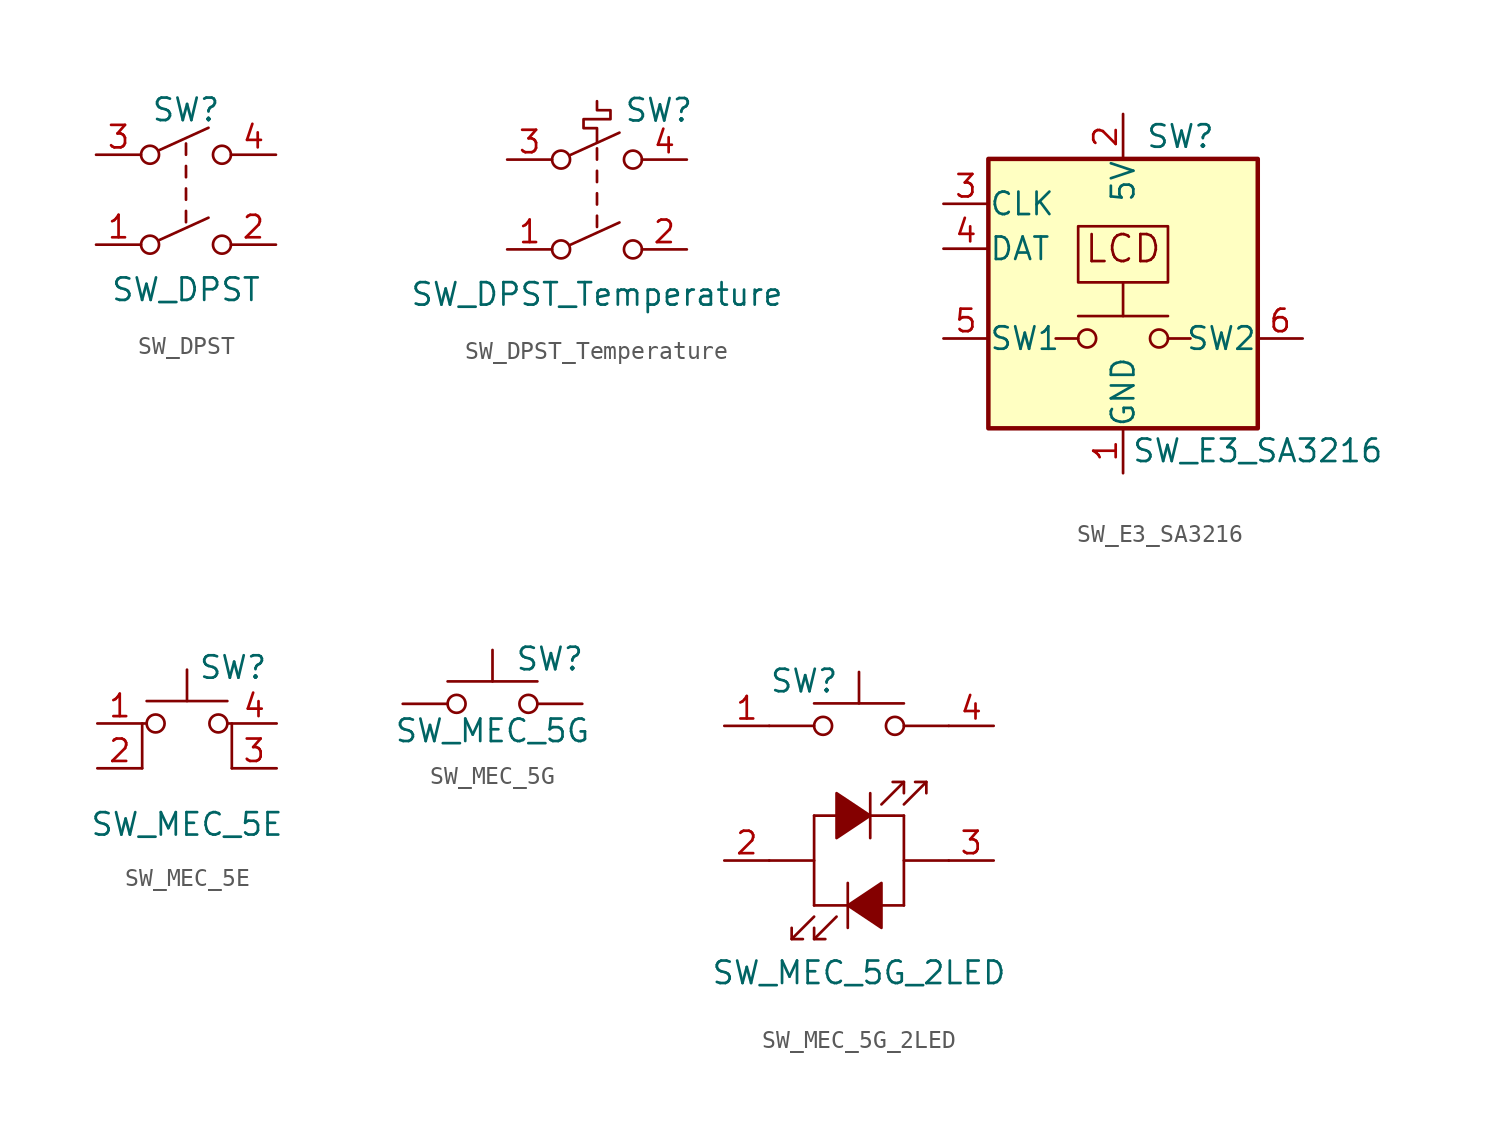
<source format=kicad_sym>
(kicad_symbol_lib
  (version 20201005)
  (generator kicad_symbol_editor)
  (symbol "Switch:SW_DPST"
    (pin_names
      (offset 0) hide)
    (property "Reference" "SW"
      (at 0 5.08 0)
      (effects (font (size 1.27 1.27))))
    (property "Value" "SW_DPST"
      (at 0 -5.08 0)
      (effects (font (size 1.27 1.27))))
    (symbol "SW_DPST_0_0"
      (circle (center -2.032 -2.54) (radius 0.508) (stroke (width 0)) (fill (type none)))
      (circle (center -2.032 2.54) (radius 0.508) (stroke (width 0)) (fill (type none)))
      (circle (center 2.032 -2.54) (radius 0.508) (stroke (width 0)) (fill (type none)))
      (circle (center 2.032 2.54) (radius 0.508) (stroke (width 0)) (fill (type none)))
      (polyline (pts (xy -1.524 -2.286) (xy 1.27 -1.016)) (stroke (width 0)) (fill (type none)))
      (polyline (pts (xy -1.524 2.794) (xy 1.27 4.064)) (stroke (width 0)) (fill (type none)))
      (polyline (pts (xy 0 -1.27) (xy 0 -0.635)) (stroke (width 0)) (fill (type none)))
      (polyline (pts (xy 0 0) (xy 0 0.635)) (stroke (width 0)) (fill (type none)))
      (polyline (pts (xy 0 1.27) (xy 0 1.905)) (stroke (width 0)) (fill (type none)))
      (polyline (pts (xy 0 2.54) (xy 0 3.175)) (stroke (width 0)) (fill (type none))))
    (symbol "SW_DPST_1_1"
      (pin passive line (at -5.08 -2.54 0) (length 2.54) (name "1" (effects (font (size 1.27 1.27)))) (number "1" (effects (font (size 1.27 1.27)))))
      (pin passive line (at 5.08 -2.54 180) (length 2.54) (name "2" (effects (font (size 1.27 1.27)))) (number "2" (effects (font (size 1.27 1.27)))))
      (pin passive line (at -5.08 2.54 0) (length 2.54) (name "3" (effects (font (size 1.27 1.27)))) (number "3" (effects (font (size 1.27 1.27)))))
      (pin passive line (at 5.08 2.54 180) (length 2.54) (name "4" (effects (font (size 1.27 1.27)))) (number "4" (effects (font (size 1.27 1.27)))))))
  (symbol "Switch:SW_DPST_Temperature"
    (pin_names
      (offset 0) hide)
    (property "Reference" "SW"
      (at 1.524 5.334 0)
      (effects (font (size 1.27 1.27)) (justify left)))
    (property "Value" "SW_DPST_Temperature"
      (at 0 -5.08 0)
      (effects (font (size 1.27 1.27))))
    (symbol "SW_DPST_Temperature_0_0"
      (circle (center -2.032 -2.54) (radius 0.508) (stroke (width 0)) (fill (type none)))
      (circle (center -2.032 2.54) (radius 0.508) (stroke (width 0)) (fill (type none)))
      (circle (center 2.032 -2.54) (radius 0.508) (stroke (width 0)) (fill (type none)))
      (circle (center 2.032 2.54) (radius 0.508) (stroke (width 0)) (fill (type none)))
      (polyline (pts (xy -1.524 -2.286) (xy 1.27 -1.016)) (stroke (width 0)) (fill (type none)))
      (polyline (pts (xy -1.524 2.794) (xy 1.27 4.064)) (stroke (width 0)) (fill (type none)))
      (polyline (pts (xy 0 -1.27) (xy 0 -0.635)) (stroke (width 0)) (fill (type none)))
      (polyline (pts (xy 0 0) (xy 0 0.635)) (stroke (width 0)) (fill (type none)))
      (polyline (pts (xy 0 1.27) (xy 0 1.905)) (stroke (width 0)) (fill (type none)))
      (polyline (pts (xy 0 2.54) (xy 0 3.175)) (stroke (width 0)) (fill (type none)))
      (polyline (pts (xy 0 3.556) (xy 0 4.318) (xy -0.762 4.318) (xy -0.762 4.826) (xy 0.762 4.826) (xy 0.762 5.334) (xy 0 5.334) (xy 0 5.842)) (stroke (width 0)) (fill (type none))))
    (symbol "SW_DPST_Temperature_1_1"
      (pin passive line (at -5.08 -2.54 0) (length 2.54) (name "1" (effects (font (size 1.27 1.27)))) (number "1" (effects (font (size 1.27 1.27)))))
      (pin passive line (at 5.08 -2.54 180) (length 2.54) (name "2" (effects (font (size 1.27 1.27)))) (number "2" (effects (font (size 1.27 1.27)))))
      (pin passive line (at -5.08 2.54 0) (length 2.54) (name "3" (effects (font (size 1.27 1.27)))) (number "3" (effects (font (size 1.27 1.27)))))
      (pin passive line (at 5.08 2.54 180) (length 2.54) (name "4" (effects (font (size 1.27 1.27)))) (number "4" (effects (font (size 1.27 1.27)))))))
  (symbol "Switch:SW_E3_SA3216"
    (pin_names
      (offset 0.025))
    (property "Reference" "SW"
      (at 1.27 8.89 0)
      (effects (font (size 1.27 1.27)) (justify left)))
    (property "Value" "SW_E3_SA3216"
      (at 7.62 -8.89 0)
      (effects (font (size 1.27 1.27))))
    (symbol "SW_E3_SA3216_0_0"
      (text "LCD" (at 0 2.54 0) (effects (font (size 1.524 1.524))))
      (rectangle (start -7.62 7.62) (end 7.62 -7.62) (stroke (width 0.254)) (fill (type background)))
      (polyline (pts (xy -2.54 -2.54) (xy -3.81 -2.54)) (stroke (width 0)) (fill (type none)))
      (polyline (pts (xy 2.54 -2.54) (xy 3.81 -2.54)) (stroke (width 0)) (fill (type none))))
    (symbol "SW_E3_SA3216_0_1"
      (circle (center -2.032 -2.54) (radius 0.508) (stroke (width 0)) (fill (type none)))
      (circle (center 2.032 -2.54) (radius 0.508) (stroke (width 0)) (fill (type none)))
      (polyline (pts (xy 2.54 -1.27) (xy -2.54 -1.27)) (stroke (width 0)) (fill (type none)))
      (polyline (pts (xy 0 -1.27) (xy 0 0.635) (xy -2.54 0.635) (xy -2.54 3.81) (xy 2.54 3.81) (xy 2.54 0.635) (xy 0 0.635)) (stroke (width 0)) (fill (type none)))
      (pin power_in line (at 0 -10.16 90) (length 2.54) (name "GND" (effects (font (size 1.27 1.27)))) (number "1" (effects (font (size 1.27 1.27)))))
      (pin power_in line (at 0 10.16 270) (length 2.54) (name "5V" (effects (font (size 1.27 1.27)))) (number "2" (effects (font (size 1.27 1.27)))))
      (pin input line (at -10.16 5.08 0) (length 2.54) (name "CLK" (effects (font (size 1.27 1.27)))) (number "3" (effects (font (size 1.27 1.27)))))
      (pin input line (at -10.16 2.54 0) (length 2.54) (name "DAT" (effects (font (size 1.27 1.27)))) (number "4" (effects (font (size 1.27 1.27))))))
    (symbol "SW_E3_SA3216_1_1"
      (pin passive line (at -10.16 -2.54 0) (length 2.54) (name "SW1" (effects (font (size 1.27 1.27)))) (number "5" (effects (font (size 1.27 1.27)))))
      (pin passive line (at 10.16 -2.54 180) (length 2.54) (name "SW2" (effects (font (size 1.27 1.27)))) (number "6" (effects (font (size 1.27 1.27)))))))
  (symbol "Switch:SW_MEC_5E"
    (pin_names
      (offset 1.016) hide)
    (property "Reference" "SW"
      (at 0.635 5.715 0)
      (effects (font (size 1.27 1.27)) (justify left)))
    (property "Value" "SW_MEC_5E"
      (at 0 -3.175 0)
      (effects (font (size 1.27 1.27))))
    (symbol "SW_MEC_5E_0_1"
      (circle (center -1.778 2.54) (radius 0.508) (stroke (width 0)) (fill (type none)))
      (circle (center 1.778 2.54) (radius 0.508) (stroke (width 0)) (fill (type none)))
      (polyline (pts (xy -2.286 3.81) (xy 2.286 3.81)) (stroke (width 0)) (fill (type none)))
      (polyline (pts (xy 0 3.81) (xy 0 5.588)) (stroke (width 0)) (fill (type none)))
      (polyline (pts (xy -2.54 0) (xy -2.54 2.54) (xy -2.286 2.54)) (stroke (width 0)) (fill (type none)))
      (polyline (pts (xy 2.54 0) (xy 2.54 2.54) (xy 2.286 2.54)) (stroke (width 0)) (fill (type none)))
      (pin passive line (at -5.08 2.54 0) (length 2.54) (name "1" (effects (font (size 1.27 1.27)))) (number "1" (effects (font (size 1.27 1.27)))))
      (pin passive line (at -5.08 0 0) (length 2.54) (name "2" (effects (font (size 1.27 1.27)))) (number "2" (effects (font (size 1.27 1.27)))))
      (pin passive line (at 5.08 0 180) (length 2.54) (name "K" (effects (font (size 1.27 1.27)))) (number "3" (effects (font (size 1.27 1.27)))))
      (pin passive line (at 5.08 2.54 180) (length 2.54) (name "A" (effects (font (size 1.27 1.27)))) (number "4" (effects (font (size 1.27 1.27)))))))
  (symbol "Switch:SW_MEC_5G"
    (pin_numbers hide)
    (pin_names
      (offset 1.016) hide)
    (property "Reference" "SW"
      (at 1.27 2.54 0)
      (effects (font (size 1.27 1.27)) (justify left)))
    (property "Value" "SW_MEC_5G"
      (at 0 -1.524 0)
      (effects (font (size 1.27 1.27))))
    (symbol "SW_MEC_5G_0_1"
      (circle (center -2.032 0) (radius 0.508) (stroke (width 0)) (fill (type none)))
      (circle (center 2.032 0) (radius 0.508) (stroke (width 0)) (fill (type none)))
      (polyline (pts (xy 0 1.27) (xy 0 3.048)) (stroke (width 0)) (fill (type none)))
      (polyline (pts (xy 2.54 1.27) (xy -2.54 1.27)) (stroke (width 0)) (fill (type none)))
      (pin passive line (at -5.08 0 0) (length 2.54) (name "A" (effects (font (size 1.27 1.27)))) (number "1" (effects (font (size 1.27 1.27)))))
      (pin passive line (at 5.08 0 180) (length 2.54) (name "B" (effects (font (size 1.27 1.27)))) (number "3" (effects (font (size 1.27 1.27))))))
    (symbol "SW_MEC_5G_1_1"
      (pin passive line (at -5.08 0 0) (length 2.54) hide (name "A" (effects (font (size 1.27 1.27)))) (number "2" (effects (font (size 1.27 1.27)))))
      (pin passive line (at 5.08 0 180) (length 2.54) hide (name "B" (effects (font (size 1.27 1.27)))) (number "4" (effects (font (size 1.27 1.27)))))))
  (symbol "Switch:SW_MEC_5G_2LED"
    (pin_names
      (offset 1.016) hide)
    (property "Reference" "SW"
      (at -5.08 7.62 0)
      (effects (font (size 1.27 1.27)) (justify left)))
    (property "Value" "SW_MEC_5G_2LED"
      (at 0 -8.89 0)
      (effects (font (size 1.27 1.27))))
    (symbol "SW_MEC_5G_2LED_0_0"
      (polyline (pts (xy -5.08 -2.54) (xy -2.54 -2.54)) (stroke (width 0)) (fill (type none)))
      (polyline (pts (xy -5.08 5.08) (xy -2.54 5.08)) (stroke (width 0)) (fill (type none)))
      (polyline (pts (xy -3.81 -6.985) (xy -2.54 -5.715)) (stroke (width 0)) (fill (type none)))
      (polyline (pts (xy -2.54 -6.985) (xy -1.27 -5.715)) (stroke (width 0)) (fill (type none)))
      (polyline (pts (xy -2.54 -5.08) (xy 2.54 -5.08)) (stroke (width 0)) (fill (type none)))
      (polyline (pts (xy -2.54 0) (xy -2.54 -5.08)) (stroke (width 0)) (fill (type none)))
      (polyline (pts (xy -0.635 -3.81) (xy -0.635 -6.35)) (stroke (width 0)) (fill (type none)))
      (polyline (pts (xy 0.635 1.27) (xy 0.635 -1.27)) (stroke (width 0)) (fill (type none)))
      (polyline (pts (xy 2.54 0) (xy -2.54 0)) (stroke (width 0)) (fill (type none)))
      (polyline (pts (xy 2.54 0) (xy 2.54 -5.08)) (stroke (width 0)) (fill (type none)))
      (polyline (pts (xy 2.54 1.905) (xy 1.27 0.635)) (stroke (width 0)) (fill (type none)))
      (polyline (pts (xy 2.54 5.08) (xy 5.08 5.08)) (stroke (width 0)) (fill (type none)))
      (polyline (pts (xy 3.81 1.905) (xy 2.54 0.635)) (stroke (width 0)) (fill (type none)))
      (polyline (pts (xy 5.08 -2.54) (xy 2.54 -2.54)) (stroke (width 0)) (fill (type none)))
      (polyline (pts (xy -3.81 -6.35) (xy -3.81 -6.985) (xy -3.175 -6.985)) (stroke (width 0)) (fill (type none)))
      (polyline (pts (xy -2.54 -6.35) (xy -2.54 -6.985) (xy -1.905 -6.985)) (stroke (width 0)) (fill (type none)))
      (polyline (pts (xy 2.54 1.27) (xy 2.54 1.905) (xy 1.905 1.905)) (stroke (width 0)) (fill (type none)))
      (polyline (pts (xy 3.81 1.27) (xy 3.81 1.905) (xy 3.175 1.905)) (stroke (width 0)) (fill (type none)))
      (polyline (pts (xy -0.635 -5.08) (xy 1.27 -3.81) (xy 1.27 -6.35) (xy -0.635 -5.08)) (stroke (width 0)) (fill (type outline)))
      (polyline (pts (xy 0.635 0) (xy -1.27 1.27) (xy -1.27 -1.27) (xy 0.635 0)) (stroke (width 0)) (fill (type outline))))
    (symbol "SW_MEC_5G_2LED_0_1"
      (circle (center -2.032 5.08) (radius 0.508) (stroke (width 0)) (fill (type none)))
      (circle (center 2.032 5.08) (radius 0.508) (stroke (width 0)) (fill (type none)))
      (polyline (pts (xy 0 6.35) (xy 0 8.128)) (stroke (width 0)) (fill (type none)))
      (polyline (pts (xy 2.54 6.35) (xy -2.54 6.35)) (stroke (width 0)) (fill (type none)))
      (pin passive line (at -7.62 5.08 0) (length 2.54) (name "1" (effects (font (size 1.27 1.27)))) (number "1" (effects (font (size 1.27 1.27)))))
      (pin passive line (at -7.62 -2.54 0) (length 2.54) (name "2" (effects (font (size 1.27 1.27)))) (number "2" (effects (font (size 1.27 1.27)))))
      (pin passive line (at 7.62 -2.54 180) (length 2.54) (name "K" (effects (font (size 1.27 1.27)))) (number "3" (effects (font (size 1.27 1.27)))))
      (pin passive line (at 7.62 5.08 180) (length 2.54) (name "A" (effects (font (size 1.27 1.27)))) (number "4" (effects (font (size 1.27 1.27))))))))
</source>
